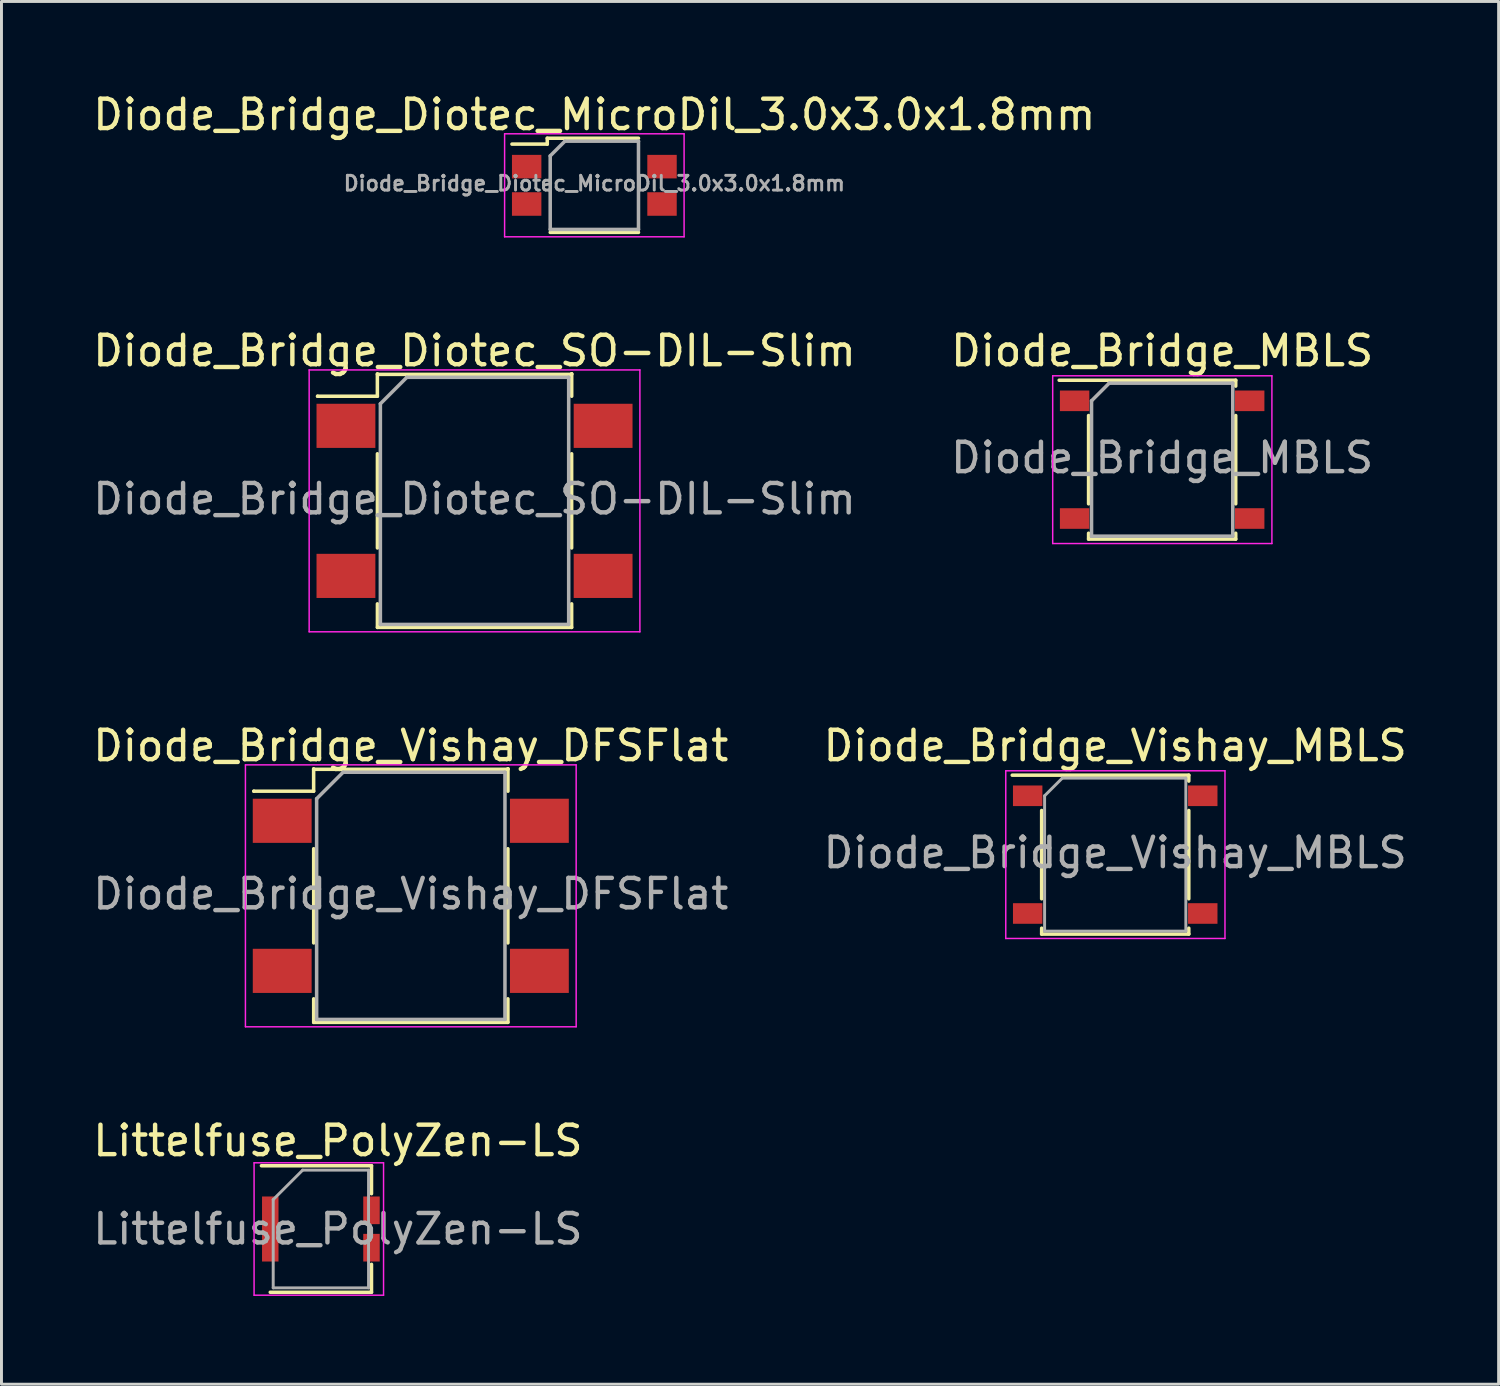
<source format=kicad_pcb>
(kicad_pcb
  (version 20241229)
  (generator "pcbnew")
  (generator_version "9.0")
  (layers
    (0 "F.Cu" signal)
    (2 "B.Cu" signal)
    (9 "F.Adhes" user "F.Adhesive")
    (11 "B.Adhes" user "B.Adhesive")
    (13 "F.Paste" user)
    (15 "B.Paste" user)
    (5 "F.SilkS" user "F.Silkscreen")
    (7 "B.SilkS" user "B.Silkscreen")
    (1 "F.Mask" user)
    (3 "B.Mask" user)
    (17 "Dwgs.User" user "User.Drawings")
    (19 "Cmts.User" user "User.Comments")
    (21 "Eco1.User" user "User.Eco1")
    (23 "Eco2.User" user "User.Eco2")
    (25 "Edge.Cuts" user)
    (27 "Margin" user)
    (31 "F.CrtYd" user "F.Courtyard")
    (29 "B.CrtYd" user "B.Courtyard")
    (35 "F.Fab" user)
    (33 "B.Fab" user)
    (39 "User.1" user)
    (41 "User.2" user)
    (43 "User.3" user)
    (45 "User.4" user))
  (footprint "Littelfuse_PolyZen-LS"
    (layer "F.Cu")
    (at 6.135 38.718)
    (property "Reference" "Littelfuse_PolyZen-LS" (at 2.3 -3 0) (layer "F.SilkS") (effects (font (size 1 1) (thickness 0.15))))
    (attr smd)
    (fp_line (start 3.44 -2.15) (end -0.3 -2.15) (stroke (width 0.12) (type solid)) (layer "F.SilkS"))
    (fp_line (start 3.44 -2.15) (end 3.44 -1.2) (stroke (width 0.12) (type solid)) (layer "F.SilkS"))
    (fp_line (start 3.44 2.15) (end 0 2.15) (stroke (width 0.12) (type solid)) (layer "F.SilkS"))
    (fp_line (start 3.44 2.15) (end 3.44 1.2) (stroke (width 0.12) (type solid)) (layer "F.SilkS"))
    (fp_line (start -0.55 -2.25) (end 3.85 -2.25) (stroke (width 0.05) (type solid)) (layer "F.CrtYd"))
    (fp_line (start -0.55 2.25) (end -0.55 -2.25) (stroke (width 0.05) (type solid)) (layer "F.CrtYd"))
    (fp_line (start 3.85 -2.25) (end 3.85 2.25) (stroke (width 0.05) (type solid)) (layer "F.CrtYd"))
    (fp_line (start 3.85 2.25) (end -0.55 2.25) (stroke (width 0.05) (type solid)) (layer "F.CrtYd"))
    (fp_line (start 0.1 2) (end 0.1 -1) (stroke (width 0.1) (type solid)) (layer "F.Fab"))
    (fp_line (start 1.1 -2) (end 0.1 -1) (stroke (width 0.1) (type solid)) (layer "F.Fab"))
    (fp_line (start 3.34 -2) (end 1.1 -2) (stroke (width 0.1) (type solid)) (layer "F.Fab"))
    (fp_line (start 3.34 -2) (end 3.34 2) (stroke (width 0.1) (type solid)) (layer "F.Fab"))
    (fp_line (start 3.34 2) (end 0.1 2) (stroke (width 0.1) (type solid)) (layer "F.Fab"))
    (fp_text user "${REFERENCE}" (at 2.3 0 0) (layer "F.Fab") (effects (font (size 1 1) (thickness 0.15))))
    (pad "1" smd rect (at 0 0) (size 0.56 2.21) (layers "F.Cu" "F.Mask" "F.Paste"))
    (pad "2" smd rect (at 3.44 -0.635) (size 0.56 0.94) (layers "F.Cu" "F.Mask" "F.Paste"))
    (pad "3" smd rect (at 3.44 0.635) (size 0.56 0.94) (layers "F.Cu" "F.Mask" "F.Paste")))
  (footprint "Diode_Bridge_Vishay_MBLS"
    (layer "F.Cu")
    (at 34.851 25.995)
    (property "Reference" "Diode_Bridge_Vishay_MBLS" (at 0 -3.7 0) (layer "F.SilkS") (effects (font (size 1 1) (thickness 0.15))))
    (attr smd)
    (fp_line (start -2.5 1.5) (end -2.5 -1.5) (stroke (width 0.12) (type solid)) (layer "F.SilkS"))
    (fp_line (start -2.5 2.7) (end -2.5 2.5) (stroke (width 0.12) (type solid)) (layer "F.SilkS"))
    (fp_line (start 2.5 -2.7) (end -3.5 -2.7) (stroke (width 0.12) (type solid)) (layer "F.SilkS"))
    (fp_line (start 2.5 -2.5) (end 2.5 -2.7) (stroke (width 0.12) (type solid)) (layer "F.SilkS"))
    (fp_line (start 2.5 -1.5) (end 2.5 1.5) (stroke (width 0.12) (type solid)) (layer "F.SilkS"))
    (fp_line (start 2.5 2.5) (end 2.5 2.7) (stroke (width 0.12) (type solid)) (layer "F.SilkS"))
    (fp_line (start 2.5 2.7) (end -2.5 2.7) (stroke (width 0.12) (type solid)) (layer "F.SilkS"))
    (fp_line (start -3.72 -2.85) (end -3.72 2.85) (stroke (width 0.05) (type solid)) (layer "F.CrtYd"))
    (fp_line (start -3.72 -2.85) (end 3.73 -2.85) (stroke (width 0.05) (type solid)) (layer "F.CrtYd"))
    (fp_line (start 3.73 2.85) (end -3.72 2.85) (stroke (width 0.05) (type solid)) (layer "F.CrtYd"))
    (fp_line (start 3.73 2.85) (end 3.73 -2.85) (stroke (width 0.05) (type solid)) (layer "F.CrtYd"))
    (fp_line (start -2.4 -2) (end -2.4 2.6) (stroke (width 0.1) (type solid)) (layer "F.Fab"))
    (fp_line (start -2.4 2.6) (end 2.4 2.6) (stroke (width 0.1) (type solid)) (layer "F.Fab"))
    (fp_line (start -1.8 -2.6) (end -2.4 -2) (stroke (width 0.1) (type solid)) (layer "F.Fab"))
    (fp_line (start 2.4 -2.6) (end -1.8 -2.6) (stroke (width 0.1) (type solid)) (layer "F.Fab"))
    (fp_line (start 2.4 2.6) (end 2.4 -2.6) (stroke (width 0.1) (type solid)) (layer "F.Fab"))
    (fp_text user "${REFERENCE}" (at 0 -0.065 0) (layer "F.Fab") (effects (font (size 1 1) (thickness 0.15))))
    (pad "1" smd rect (at -2.975 -2) (size 1 0.7) (layers "F.Cu" "F.Mask" "F.Paste"))
    (pad "2" smd rect (at 2.975 -2) (size 1 0.7) (layers "F.Cu" "F.Mask" "F.Paste"))
    (pad "3" smd rect (at 2.975 2) (size 1 0.7) (layers "F.Cu" "F.Mask" "F.Paste"))
    (pad "4" smd rect (at -2.975 2) (size 1 0.7) (layers "F.Cu" "F.Mask" "F.Paste")))
  (footprint "Diode_Bridge_Diotec_MicroDil_3.0x3.0x1.8mm"
    (layer "F.Cu")
    (at 17.149 3.248)
    (property "Reference" "Diode_Bridge_Diotec_MicroDil_3.0x3.0x1.8mm" (at 0 -2.4 0) (layer "F.SilkS") (effects (font (size 1 1) (thickness 0.15))))
    (attr smd)
    (fp_line (start -1.6 -1.6) (end -1.6 -1.4) (stroke (width 0.12) (type solid)) (layer "F.SilkS"))
    (fp_line (start -1.6 -1.4) (end -2.8 -1.4) (stroke (width 0.12) (type solid)) (layer "F.SilkS"))
    (fp_line (start -1.5 1.6) (end 1.5 1.6) (stroke (width 0.12) (type solid)) (layer "F.SilkS"))
    (fp_line (start 1.5 -1.6) (end -1.6 -1.6) (stroke (width 0.12) (type solid)) (layer "F.SilkS"))
    (fp_line (start -3.05 -1.75) (end -3.05 1.75) (stroke (width 0.05) (type solid)) (layer "F.CrtYd"))
    (fp_line (start -3.05 -1.75) (end 3.05 -1.75) (stroke (width 0.05) (type solid)) (layer "F.CrtYd"))
    (fp_line (start 3.05 1.75) (end -3.05 1.75) (stroke (width 0.05) (type solid)) (layer "F.CrtYd"))
    (fp_line (start 3.05 1.75) (end 3.05 -1.75) (stroke (width 0.05) (type solid)) (layer "F.CrtYd"))
    (fp_line (start -1.5 -1) (end -1.5 1.5) (stroke (width 0.12) (type solid)) (layer "F.Fab"))
    (fp_line (start -1.5 1.5) (end 1.5 1.5) (stroke (width 0.12) (type solid)) (layer "F.Fab"))
    (fp_line (start -1 -1.5) (end -1.5 -1) (stroke (width 0.12) (type solid)) (layer "F.Fab"))
    (fp_line (start 1.5 -1.5) (end -1 -1.5) (stroke (width 0.12) (type solid)) (layer "F.Fab"))
    (fp_line (start 1.5 1.5) (end 1.5 -1.5) (stroke (width 0.12) (type solid)) (layer "F.Fab"))
    (fp_text user "${REFERENCE}" (at 0 -0.065 0) (layer "F.Fab") (effects (font (size 0.5 0.5) (thickness 0.1))))
    (pad "1" smd rect (at -2.3 -0.635) (size 1 0.8) (layers "F.Cu" "F.Mask" "F.Paste"))
    (pad "2" smd rect (at -2.3 0.635) (size 1 0.8) (layers "F.Cu" "F.Mask" "F.Paste"))
    (pad "3" smd rect (at 2.3 0.635) (size 1 0.8) (layers "F.Cu" "F.Mask" "F.Paste"))
    (pad "4" smd rect (at 2.3 -0.635) (size 1 0.8) (layers "F.Cu" "F.Mask" "F.Paste")))
  (footprint "Diode_Bridge_MBLS"
    (layer "F.Cu")
    (at 36.446 12.572)
    (property "Reference" "Diode_Bridge_MBLS" (at 0 -3.7 0) (layer "F.SilkS") (effects (font (size 1 1) (thickness 0.15))))
    (attr smd)
    (fp_line (start -2.5 1.5) (end -2.5 -1.5) (stroke (width 0.12) (type solid)) (layer "F.SilkS"))
    (fp_line (start -2.5 2.7) (end -2.5 2.5) (stroke (width 0.12) (type solid)) (layer "F.SilkS"))
    (fp_line (start 2.5 -2.7) (end -3.5 -2.7) (stroke (width 0.12) (type solid)) (layer "F.SilkS"))
    (fp_line (start 2.5 -2.5) (end 2.5 -2.7) (stroke (width 0.12) (type solid)) (layer "F.SilkS"))
    (fp_line (start 2.5 -1.5) (end 2.5 1.5) (stroke (width 0.12) (type solid)) (layer "F.SilkS"))
    (fp_line (start 2.5 2.5) (end 2.5 2.7) (stroke (width 0.12) (type solid)) (layer "F.SilkS"))
    (fp_line (start 2.5 2.7) (end -2.5 2.7) (stroke (width 0.12) (type solid)) (layer "F.SilkS"))
    (fp_line (start -3.72 -2.85) (end -3.72 2.85) (stroke (width 0.05) (type solid)) (layer "F.CrtYd"))
    (fp_line (start -3.72 -2.85) (end 3.73 -2.85) (stroke (width 0.05) (type solid)) (layer "F.CrtYd"))
    (fp_line (start 3.73 2.85) (end -3.72 2.85) (stroke (width 0.05) (type solid)) (layer "F.CrtYd"))
    (fp_line (start 3.73 2.85) (end 3.73 -2.85) (stroke (width 0.05) (type solid)) (layer "F.CrtYd"))
    (fp_line (start -2.4 -2) (end -2.4 2.6) (stroke (width 0.12) (type solid)) (layer "F.Fab"))
    (fp_line (start -2.4 2.6) (end 2.4 2.6) (stroke (width 0.12) (type solid)) (layer "F.Fab"))
    (fp_line (start -1.8 -2.6) (end -2.4 -2) (stroke (width 0.12) (type solid)) (layer "F.Fab"))
    (fp_line (start 2.4 -2.6) (end -1.8 -2.6) (stroke (width 0.12) (type solid)) (layer "F.Fab"))
    (fp_line (start 2.4 2.6) (end 2.4 -2.6) (stroke (width 0.12) (type solid)) (layer "F.Fab"))
    (fp_text user "${REFERENCE}" (at 0 -0.065 0) (layer "F.Fab") (effects (font (size 1 1) (thickness 0.15))))
    (pad "1" smd rect (at -2.975 -2) (size 1 0.7) (layers "F.Cu" "F.Mask" "F.Paste"))
    (pad "2" smd rect (at -2.975 2) (size 1 0.7) (layers "F.Cu" "F.Mask" "F.Paste"))
    (pad "3" smd rect (at 2.975 2) (size 1 0.7) (layers "F.Cu" "F.Mask" "F.Paste"))
    (pad "4" smd rect (at 2.975 -2) (size 1 0.7) (layers "F.Cu" "F.Mask" "F.Paste")))
  (footprint "Diode_Bridge_Vishay_DFSFlat"
    (layer "F.Cu")
    (at 10.911 27.395)
    (property "Reference" "Diode_Bridge_Vishay_DFSFlat" (at 0 -5.1 0) (layer "F.SilkS") (effects (font (size 1 1) (thickness 0.15))))
    (attr smd)
    (fp_line (start -5.334 -3.556) (end -5.334 -3.556) (stroke (width 0.12) (type solid)) (layer "F.SilkS"))
    (fp_line (start -3.302 -4.318) (end -3.302 -3.556) (stroke (width 0.12) (type solid)) (layer "F.SilkS"))
    (fp_line (start -3.302 -3.556) (end -5.334 -3.556) (stroke (width 0.12) (type solid)) (layer "F.SilkS"))
    (fp_line (start -3.3 -4.3) (end 3.3 -4.3) (stroke (width 0.12) (type solid)) (layer "F.SilkS"))
    (fp_line (start -3.3 -1.6) (end -3.3 1.6) (stroke (width 0.12) (type solid)) (layer "F.SilkS"))
    (fp_line (start -3.3 3.5) (end -3.3 4.3) (stroke (width 0.12) (type solid)) (layer "F.SilkS"))
    (fp_line (start -3.3 4.3) (end 3.3 4.3) (stroke (width 0.12) (type solid)) (layer "F.SilkS"))
    (fp_line (start 3.3 -1.6) (end 3.3 1.6) (stroke (width 0.12) (type solid)) (layer "F.SilkS"))
    (fp_line (start 3.3 4.3) (end 3.3 3.5) (stroke (width 0.12) (type solid)) (layer "F.SilkS"))
    (fp_line (start 3.302 -4.318) (end 3.302 -4.318) (stroke (width 0.12) (type solid)) (layer "F.SilkS"))
    (fp_line (start 3.302 -3.556) (end 3.302 -4.318) (stroke (width 0.12) (type solid)) (layer "F.SilkS"))
    (fp_line (start -5.62 -4.45) (end -5.62 4.45) (stroke (width 0.05) (type solid)) (layer "F.CrtYd"))
    (fp_line (start -5.62 -4.45) (end 5.62 -4.45) (stroke (width 0.05) (type solid)) (layer "F.CrtYd"))
    (fp_line (start 5.62 4.45) (end -5.62 4.45) (stroke (width 0.05) (type solid)) (layer "F.CrtYd"))
    (fp_line (start 5.62 4.45) (end 5.62 -4.45) (stroke (width 0.05) (type solid)) (layer "F.CrtYd"))
    (fp_line (start -3.2 -3.3) (end -2.3 -4.2) (stroke (width 0.12) (type solid)) (layer "F.Fab"))
    (fp_line (start -3.2 4.2) (end -3.2 -3.3) (stroke (width 0.12) (type solid)) (layer "F.Fab"))
    (fp_line (start -2.3 -4.2) (end 3.2 -4.2) (stroke (width 0.12) (type solid)) (layer "F.Fab"))
    (fp_line (start 3.2 -4.2) (end 3.2 4.2) (stroke (width 0.12) (type solid)) (layer "F.Fab"))
    (fp_line (start 3.2 4.2) (end -3.2 4.2) (stroke (width 0.12) (type solid)) (layer "F.Fab"))
    (fp_text user "${REFERENCE}" (at 0 -0.065 0) (layer "F.Fab") (effects (font (size 1 1) (thickness 0.15))))
    (pad "1" smd rect (at -4.37 -2.55) (size 2 1.5) (layers "F.Cu" "F.Mask" "F.Paste"))
    (pad "2" smd rect (at -4.37 2.55) (size 2 1.5) (layers "F.Cu" "F.Mask" "F.Paste"))
    (pad "3" smd rect (at 4.37 2.55) (size 2 1.5) (layers "F.Cu" "F.Mask" "F.Paste"))
    (pad "4" smd rect (at 4.37 -2.55) (size 2 1.5) (layers "F.Cu" "F.Mask" "F.Paste")))
  (footprint "Diode_Bridge_Diotec_SO-DIL-Slim"
    (layer "F.Cu")
    (at 13.077 13.972)
    (property "Reference" "Diode_Bridge_Diotec_SO-DIL-Slim" (at 0 -5.1 0) (layer "F.SilkS") (effects (font (size 1 1) (thickness 0.15))))
    (attr smd)
    (fp_line (start -5.334 -3.556) (end -5.334 -3.556) (stroke (width 0.12) (type solid)) (layer "F.SilkS"))
    (fp_line (start -3.302 -4.318) (end -3.302 -3.556) (stroke (width 0.12) (type solid)) (layer "F.SilkS"))
    (fp_line (start -3.302 -3.556) (end -5.334 -3.556) (stroke (width 0.12) (type solid)) (layer "F.SilkS"))
    (fp_line (start -3.3 -4.3) (end 3.3 -4.3) (stroke (width 0.12) (type solid)) (layer "F.SilkS"))
    (fp_line (start -3.3 -1.6) (end -3.3 1.6) (stroke (width 0.12) (type solid)) (layer "F.SilkS"))
    (fp_line (start -3.3 3.5) (end -3.3 4.3) (stroke (width 0.12) (type solid)) (layer "F.SilkS"))
    (fp_line (start -3.3 4.3) (end 3.3 4.3) (stroke (width 0.12) (type solid)) (layer "F.SilkS"))
    (fp_line (start 3.3 -1.6) (end 3.3 1.6) (stroke (width 0.12) (type solid)) (layer "F.SilkS"))
    (fp_line (start 3.3 4.3) (end 3.3 3.5) (stroke (width 0.12) (type solid)) (layer "F.SilkS"))
    (fp_line (start 3.302 -4.318) (end 3.302 -4.318) (stroke (width 0.12) (type solid)) (layer "F.SilkS"))
    (fp_line (start 3.302 -3.556) (end 3.302 -4.318) (stroke (width 0.12) (type solid)) (layer "F.SilkS"))
    (fp_line (start -5.62 -4.45) (end -5.62 4.45) (stroke (width 0.05) (type solid)) (layer "F.CrtYd"))
    (fp_line (start -5.62 -4.45) (end 5.62 -4.45) (stroke (width 0.05) (type solid)) (layer "F.CrtYd"))
    (fp_line (start 5.62 4.45) (end -5.62 4.45) (stroke (width 0.05) (type solid)) (layer "F.CrtYd"))
    (fp_line (start 5.62 4.45) (end 5.62 -4.45) (stroke (width 0.05) (type solid)) (layer "F.CrtYd"))
    (fp_line (start -3.2 -3.3) (end -2.3 -4.2) (stroke (width 0.12) (type solid)) (layer "F.Fab"))
    (fp_line (start -3.2 4.2) (end -3.2 -3.3) (stroke (width 0.12) (type solid)) (layer "F.Fab"))
    (fp_line (start -2.3 -4.2) (end 3.2 -4.2) (stroke (width 0.12) (type solid)) (layer "F.Fab"))
    (fp_line (start 3.2 -4.2) (end 3.2 4.2) (stroke (width 0.12) (type solid)) (layer "F.Fab"))
    (fp_line (start 3.2 4.2) (end -3.2 4.2) (stroke (width 0.12) (type solid)) (layer "F.Fab"))
    (fp_text user "${REFERENCE}" (at 0 -0.065 0) (layer "F.Fab") (effects (font (size 1 1) (thickness 0.15))))
    (pad "1" smd rect (at -4.37 -2.55) (size 2 1.5) (layers "F.Cu" "F.Mask" "F.Paste"))
    (pad "2" smd rect (at -4.37 2.55) (size 2 1.5) (layers "F.Cu" "F.Mask" "F.Paste"))
    (pad "3" smd rect (at 4.37 2.55) (size 2 1.5) (layers "F.Cu" "F.Mask" "F.Paste"))
    (pad "4" smd rect (at 4.37 -2.55) (size 2 1.5) (layers "F.Cu" "F.Mask" "F.Paste")))
  (gr_rect
    (start -3 -3)
    (end 47.881 43.993)
    (stroke (width 0.1) (type default))
    (fill no)
    (layer "Edge.Cuts")))
</source>
